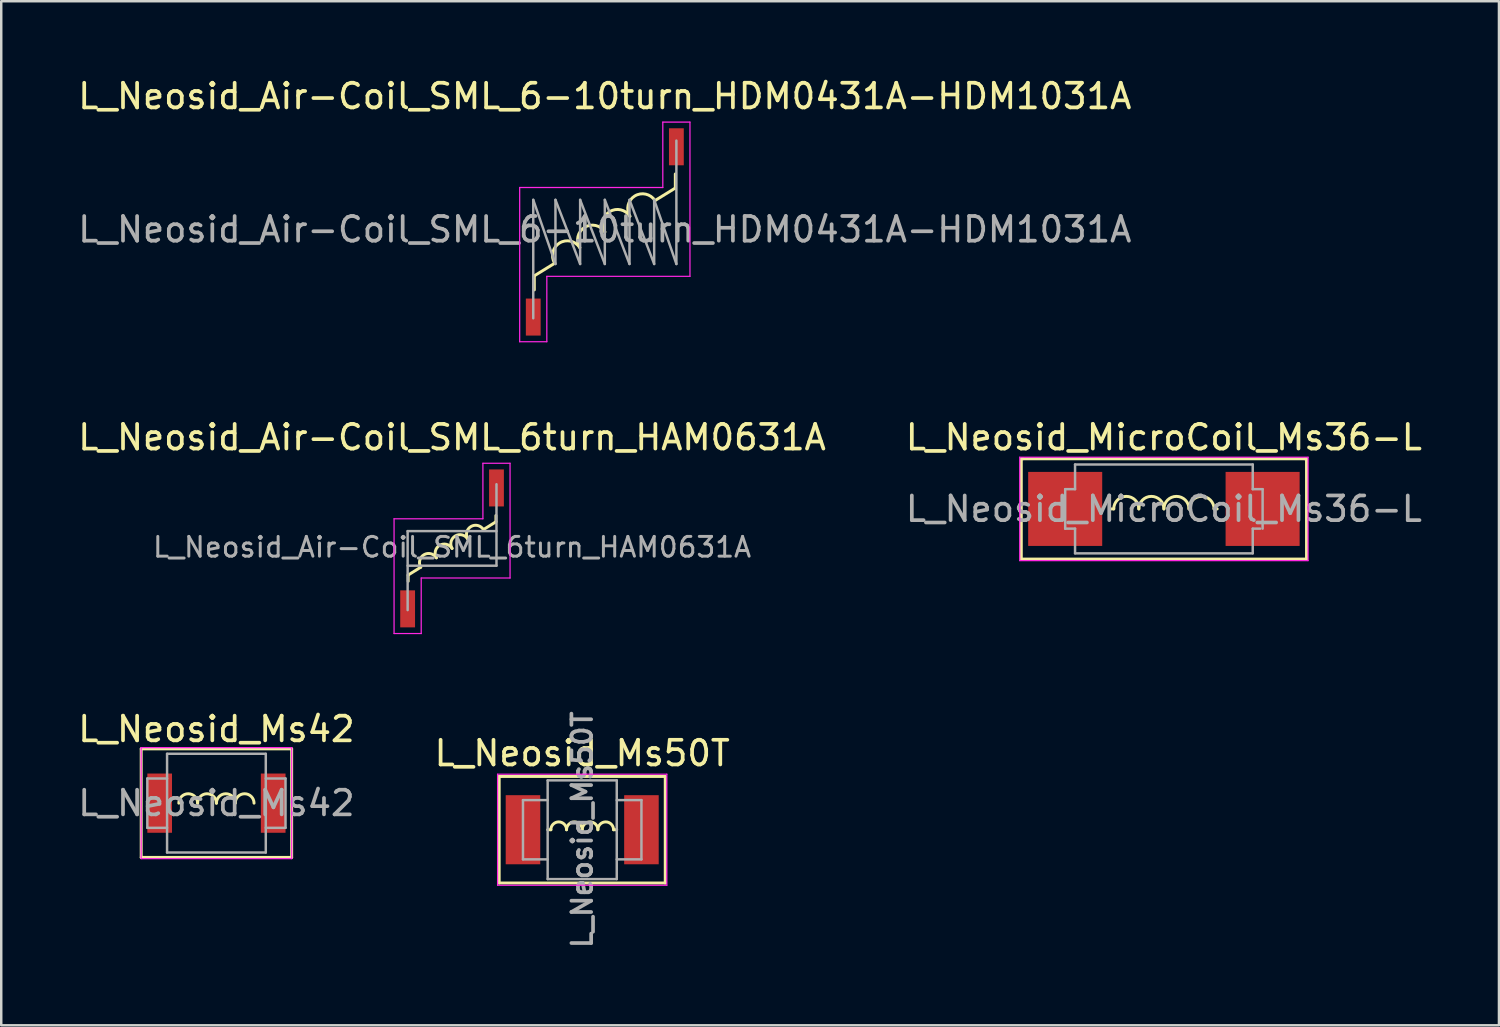
<source format=kicad_pcb>
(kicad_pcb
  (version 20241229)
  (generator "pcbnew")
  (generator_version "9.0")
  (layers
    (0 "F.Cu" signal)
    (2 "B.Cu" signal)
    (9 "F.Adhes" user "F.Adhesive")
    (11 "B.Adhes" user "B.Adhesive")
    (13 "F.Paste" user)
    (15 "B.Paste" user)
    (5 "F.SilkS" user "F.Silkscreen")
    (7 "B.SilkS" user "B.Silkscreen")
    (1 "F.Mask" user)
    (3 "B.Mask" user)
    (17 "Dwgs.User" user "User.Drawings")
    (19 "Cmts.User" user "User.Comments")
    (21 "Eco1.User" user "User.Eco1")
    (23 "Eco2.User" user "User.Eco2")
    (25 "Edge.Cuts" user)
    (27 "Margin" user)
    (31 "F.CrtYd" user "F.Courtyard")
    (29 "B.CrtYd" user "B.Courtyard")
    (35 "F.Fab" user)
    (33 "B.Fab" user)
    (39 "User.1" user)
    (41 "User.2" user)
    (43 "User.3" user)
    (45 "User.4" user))
  (footprint "L_Neosid_MicroCoil_Ms36-L"
    (layer "F.Cu")
    (at 44.113 17.572)
    (property "Reference" "L_Neosid_MicroCoil_Ms36-L" (at 0 -2.9 0) (layer "F.SilkS") (effects (font (size 1 1) (thickness 0.15))))
    (attr smd)
    (fp_line (start -5.779 -2.032) (end -5.715 -2.032) (stroke (width 0.12) (type solid)) (layer "F.SilkS"))
    (fp_line (start -5.779 2.032) (end -5.779 -2.032) (stroke (width 0.12) (type solid)) (layer "F.SilkS"))
    (fp_line (start -5.715 -2.032) (end 5.715 -2.032) (stroke (width 0.12) (type solid)) (layer "F.SilkS"))
    (fp_line (start -2.032 0) (end -2.159 0) (stroke (width 0.12) (type solid)) (layer "F.SilkS"))
    (fp_line (start 2.032 0) (end 2.159 0) (stroke (width 0.12) (type solid)) (layer "F.SilkS"))
    (fp_line (start 5.715 -2.032) (end 5.779 -2.032) (stroke (width 0.12) (type solid)) (layer "F.SilkS"))
    (fp_line (start 5.779 -2.032) (end 5.779 2.032) (stroke (width 0.12) (type solid)) (layer "F.SilkS"))
    (fp_line (start 5.779 2.032) (end -5.779 2.032) (stroke (width 0.12) (type solid)) (layer "F.SilkS"))
    (fp_arc (start -2.032 0) (mid -1.524 -0.508) (end -1.016 0) (stroke (width 0.12) (type solid)) (layer "F.SilkS"))
    (fp_arc (start -1.016 0) (mid -0.508 -0.508) (end 0 0) (stroke (width 0.12) (type solid)) (layer "F.SilkS"))
    (fp_arc (start 0 0) (mid 0.508 -0.508) (end 1.016 0) (stroke (width 0.12) (type solid)) (layer "F.SilkS"))
    (fp_arc (start 1.016 0) (mid 1.524 -0.508) (end 2.032 0) (stroke (width 0.12) (type solid)) (layer "F.SilkS"))
    (fp_line (start -5.842 -2.095) (end -5.842 2.095) (stroke (width 0.05) (type solid)) (layer "F.CrtYd"))
    (fp_line (start -5.842 -2.095) (end 5.842 -2.095) (stroke (width 0.05) (type solid)) (layer "F.CrtYd"))
    (fp_line (start 5.842 2.095) (end -5.842 2.095) (stroke (width 0.05) (type solid)) (layer "F.CrtYd"))
    (fp_line (start 5.842 2.095) (end 5.842 -2.095) (stroke (width 0.05) (type solid)) (layer "F.CrtYd"))
    (fp_line (start -4 -0.8) (end -3.6 -0.8) (stroke (width 0.1) (type solid)) (layer "F.Fab"))
    (fp_line (start -4 0.8) (end -4 -0.8) (stroke (width 0.1) (type solid)) (layer "F.Fab"))
    (fp_line (start -4 0.8) (end -3.6 0.8) (stroke (width 0.1) (type solid)) (layer "F.Fab"))
    (fp_line (start -3.6 -1.8) (end 3.6 -1.8) (stroke (width 0.1) (type solid)) (layer "F.Fab"))
    (fp_line (start -3.6 -0.8) (end -3.6 -1.8) (stroke (width 0.1) (type solid)) (layer "F.Fab"))
    (fp_line (start -3.6 1.8) (end -3.6 0.8) (stroke (width 0.1) (type solid)) (layer "F.Fab"))
    (fp_line (start 3.6 -0.8) (end 3.6 -1.8) (stroke (width 0.1) (type solid)) (layer "F.Fab"))
    (fp_line (start 3.6 0.8) (end 3.9 0.8) (stroke (width 0.1) (type solid)) (layer "F.Fab"))
    (fp_line (start 3.6 1.8) (end -3.6 1.8) (stroke (width 0.1) (type solid)) (layer "F.Fab"))
    (fp_line (start 3.6 1.8) (end 3.6 0.8) (stroke (width 0.1) (type solid)) (layer "F.Fab"))
    (fp_line (start 4 -0.8) (end 3.6 -0.8) (stroke (width 0.1) (type solid)) (layer "F.Fab"))
    (fp_line (start 4 -0.8) (end 4 0.8) (stroke (width 0.1) (type solid)) (layer "F.Fab"))
    (fp_text user "${REFERENCE}" (at 0 0 0) (layer "F.Fab") (effects (font (size 1 1) (thickness 0.15))))
    (pad "1" smd rect (at -4 0) (size 3 3) (layers "F.Cu" "F.Mask" "F.Paste"))
    (pad "2" smd rect (at 4 0) (size 3 3) (layers "F.Cu" "F.Mask" "F.Paste")))
  (footprint "L_Neosid_Ms42"
    (layer "F.Cu")
    (at 5.72 29.495)
    (property "Reference" "L_Neosid_Ms42" (at 0 -3 0) (layer "F.SilkS") (effects (font (size 1 1) (thickness 0.15))))
    (attr smd)
    (fp_line (start -3.048 -2.2) (end -3.048 2.2) (stroke (width 0.12) (type solid)) (layer "F.SilkS"))
    (fp_line (start 3.048 -2.2) (end -3.048 -2.2) (stroke (width 0.12) (type solid)) (layer "F.SilkS"))
    (fp_line (start 3.048 2.2) (end -3.048 2.2) (stroke (width 0.12) (type solid)) (layer "F.SilkS"))
    (fp_line (start 3.048 2.2) (end 3.048 -2.2) (stroke (width 0.12) (type solid)) (layer "F.SilkS"))
    (fp_arc (start -1.524 0) (mid -1.143 -0.381) (end -0.762 0) (stroke (width 0.12) (type solid)) (layer "F.SilkS"))
    (fp_arc (start -0.762 0) (mid -0.381 -0.381) (end 0 0) (stroke (width 0.12) (type solid)) (layer "F.SilkS"))
    (fp_arc (start 0 0) (mid 0.381 -0.381) (end 0.762 0) (stroke (width 0.12) (type solid)) (layer "F.SilkS"))
    (fp_arc (start 0.762 0) (mid 1.143 -0.381) (end 1.524 0) (stroke (width 0.12) (type solid)) (layer "F.SilkS"))
    (fp_line (start -3.05 -2.25) (end -3.05 2.25) (stroke (width 0.05) (type solid)) (layer "F.CrtYd"))
    (fp_line (start -3.05 -2.25) (end 3.05 -2.25) (stroke (width 0.05) (type solid)) (layer "F.CrtYd"))
    (fp_line (start 3.05 2.25) (end -3.05 2.25) (stroke (width 0.05) (type solid)) (layer "F.CrtYd"))
    (fp_line (start 3.05 2.25) (end 3.05 -2.25) (stroke (width 0.05) (type solid)) (layer "F.CrtYd"))
    (fp_line (start -2.8 -1) (end -2 -1) (stroke (width 0.1) (type solid)) (layer "F.Fab"))
    (fp_line (start -2.8 1) (end -2.8 -1) (stroke (width 0.1) (type solid)) (layer "F.Fab"))
    (fp_line (start -2 -2) (end 2 -2) (stroke (width 0.1) (type solid)) (layer "F.Fab"))
    (fp_line (start -2 1) (end -2.8 1) (stroke (width 0.1) (type solid)) (layer "F.Fab"))
    (fp_line (start -2 2) (end -2 -2) (stroke (width 0.1) (type solid)) (layer "F.Fab"))
    (fp_line (start 2 -2) (end 2 2) (stroke (width 0.1) (type solid)) (layer "F.Fab"))
    (fp_line (start 2 -1) (end 2.8 -1) (stroke (width 0.1) (type solid)) (layer "F.Fab"))
    (fp_line (start 2 2) (end -2 2) (stroke (width 0.1) (type solid)) (layer "F.Fab"))
    (fp_line (start 2.8 -1) (end 2.8 1) (stroke (width 0.1) (type solid)) (layer "F.Fab"))
    (fp_line (start 2.8 1) (end 2 1) (stroke (width 0.1) (type solid)) (layer "F.Fab"))
    (fp_text user "${REFERENCE}" (at 0 0 0) (layer "F.Fab") (effects (font (size 1 1) (thickness 0.15))))
    (pad "1" smd rect (at -2.3 0) (size 1 2.4) (layers "F.Cu" "F.Mask" "F.Paste"))
    (pad "2" smd rect (at 2.3 0) (size 1 2.4) (layers "F.Cu" "F.Mask" "F.Paste")))
  (footprint "L_Neosid_Air-Coil_SML_6-10turn_HDM0431A-HDM1031A"
    (layer "F.Cu")
    (at 21.458 6.348)
    (property "Reference" "L_Neosid_Air-Coil_SML_6-10turn_HDM0431A-HDM1031A" (at 0 -5.5 0) (layer "F.SilkS") (effects (font (size 1 1) (thickness 0.15))))
    (attr smd)
    (fp_line (start -2.857 1.778) (end -2.857 2.349) (stroke (width 0.12) (type solid)) (layer "F.SilkS"))
    (fp_line (start -2.857 1.778) (end -2.032 1.27) (stroke (width 0.12) (type solid)) (layer "F.SilkS"))
    (fp_line (start 2.857 -1.778) (end 2.032 -1.27) (stroke (width 0.12) (type solid)) (layer "F.SilkS"))
    (fp_line (start 2.857 -1.778) (end 2.857 -2.349) (stroke (width 0.12) (type solid)) (layer "F.SilkS"))
    (fp_arc (start -2.031998 1.269998) (mid -1.841498 0.4445) (end -1.016 0.635) (stroke (width 0.12) (type solid)) (layer "F.SilkS"))
    (fp_arc (start -1.015998 0.634998) (mid -0.825498 -0.1905) (end 0 0) (stroke (width 0.12) (type solid)) (layer "F.SilkS"))
    (fp_arc (start 0.000002 -0.000002) (mid 0.190502 -0.8255) (end 1.016 -0.635) (stroke (width 0.12) (type solid)) (layer "F.SilkS"))
    (fp_arc (start 1.016002 -0.635002) (mid 1.206502 -1.4605) (end 2.032 -1.27) (stroke (width 0.12) (type solid)) (layer "F.SilkS"))
    (fp_line (start -3.45 -1.8) (end -3.45 4.45) (stroke (width 0.05) (type solid)) (layer "F.CrtYd"))
    (fp_line (start -3.45 4.45) (end -2.35 4.45) (stroke (width 0.05) (type solid)) (layer "F.CrtYd"))
    (fp_line (start -2.35 1.8) (end 3.45 1.8) (stroke (width 0.05) (type solid)) (layer "F.CrtYd"))
    (fp_line (start -2.35 4.45) (end -2.35 1.8) (stroke (width 0.05) (type solid)) (layer "F.CrtYd"))
    (fp_line (start 2.35 -4.45) (end 2.35 -1.8) (stroke (width 0.05) (type solid)) (layer "F.CrtYd"))
    (fp_line (start 2.35 -1.8) (end -3.45 -1.8) (stroke (width 0.05) (type solid)) (layer "F.CrtYd"))
    (fp_line (start 3.45 -4.45) (end 2.35 -4.45) (stroke (width 0.05) (type solid)) (layer "F.CrtYd"))
    (fp_line (start 3.45 1.8) (end 3.45 -4.45) (stroke (width 0.05) (type solid)) (layer "F.CrtYd"))
    (fp_line (start -2.9 -1.3) (end -2 1.3) (stroke (width 0.1) (type solid)) (layer "F.Fab"))
    (fp_line (start -2.9 3.5) (end -2.9 -1.3) (stroke (width 0.1) (type solid)) (layer "F.Fab"))
    (fp_line (start -2 -1.3) (end -1 1.3) (stroke (width 0.1) (type solid)) (layer "F.Fab"))
    (fp_line (start -2 1.3) (end -2 -1.3) (stroke (width 0.1) (type solid)) (layer "F.Fab"))
    (fp_line (start -1 -1.3) (end 0 1.3) (stroke (width 0.1) (type solid)) (layer "F.Fab"))
    (fp_line (start -1 1.3) (end -1 -1.3) (stroke (width 0.1) (type solid)) (layer "F.Fab"))
    (fp_line (start 0 -1.3) (end 1 1.3) (stroke (width 0.1) (type solid)) (layer "F.Fab"))
    (fp_line (start 0 1.3) (end 0 -1.3) (stroke (width 0.1) (type solid)) (layer "F.Fab"))
    (fp_line (start 1 -1.3) (end 2 1.3) (stroke (width 0.1) (type solid)) (layer "F.Fab"))
    (fp_line (start 1 1.3) (end 1 -1.3) (stroke (width 0.1) (type solid)) (layer "F.Fab"))
    (fp_line (start 2 -1.3) (end 2.9 1.3) (stroke (width 0.1) (type solid)) (layer "F.Fab"))
    (fp_line (start 2 1.3) (end 2 -1.3) (stroke (width 0.1) (type solid)) (layer "F.Fab"))
    (fp_line (start 2.9 1.3) (end 2.9 -3.7) (stroke (width 0.1) (type solid)) (layer "F.Fab"))
    (fp_text user "${REFERENCE}" (at 0 -0.1 0) (layer "F.Fab") (effects (font (size 1 1) (thickness 0.15))))
    (pad "1" smd rect (at -2.9 3.45) (size 0.6 1.5) (layers "F.Cu" "F.Mask" "F.Paste"))
    (pad "2" smd rect (at 2.9 -3.45) (size 0.6 1.5) (layers "F.Cu" "F.Mask" "F.Paste")))
  (footprint "L_Neosid_Air-Coil_SML_6turn_HAM0631A"
    (layer "F.Cu")
    (at 15.268 19.172)
    (property "Reference" "L_Neosid_Air-Coil_SML_6turn_HAM0631A" (at 0 -4.5 0) (layer "F.SilkS") (effects (font (size 1 1) (thickness 0.15))))
    (attr smd)
    (fp_line (start -1.778 1.079) (end -1.778 1.333) (stroke (width 0.12) (type solid)) (layer "F.SilkS"))
    (fp_line (start -1.778 1.079) (end -1.27 0.762) (stroke (width 0.12) (type solid)) (layer "F.SilkS"))
    (fp_line (start 1.778 -1.079) (end 1.27 -0.762) (stroke (width 0.12) (type solid)) (layer "F.SilkS"))
    (fp_line (start 1.778 -1.079) (end 1.778 -1.333) (stroke (width 0.12) (type solid)) (layer "F.SilkS"))
    (fp_arc (start -1.269998 0.761998) (mid -1.142998 0.254) (end -0.635 0.381) (stroke (width 0.12) (type solid)) (layer "F.SilkS"))
    (fp_arc (start -0.634998 0.380998) (mid -0.507998 -0.127) (end 0 0) (stroke (width 0.12) (type solid)) (layer "F.SilkS"))
    (fp_arc (start 0.000002 -0.000002) (mid 0.127002 -0.508) (end 0.635 -0.381) (stroke (width 0.12) (type solid)) (layer "F.SilkS"))
    (fp_arc (start 0.635002 -0.381002) (mid 0.762002 -0.889) (end 1.27 -0.762) (stroke (width 0.12) (type solid)) (layer "F.SilkS"))
    (fp_line (start -2.35 -1.2) (end -2.35 3.45) (stroke (width 0.05) (type solid)) (layer "F.CrtYd"))
    (fp_line (start -2.35 3.45) (end -1.25 3.45) (stroke (width 0.05) (type solid)) (layer "F.CrtYd"))
    (fp_line (start -1.25 1.2) (end 2.35 1.2) (stroke (width 0.05) (type solid)) (layer "F.CrtYd"))
    (fp_line (start -1.25 3.45) (end -1.25 1.2) (stroke (width 0.05) (type solid)) (layer "F.CrtYd"))
    (fp_line (start 1.25 -3.45) (end 1.25 -1.2) (stroke (width 0.05) (type solid)) (layer "F.CrtYd"))
    (fp_line (start 1.25 -1.2) (end -2.35 -1.2) (stroke (width 0.05) (type solid)) (layer "F.CrtYd"))
    (fp_line (start 2.35 -3.45) (end 1.25 -3.45) (stroke (width 0.05) (type solid)) (layer "F.CrtYd"))
    (fp_line (start 2.35 1.2) (end 2.35 -3.45) (stroke (width 0.05) (type solid)) (layer "F.CrtYd"))
    (fp_line (start -1.8 -0.7) (end 1.8 -0.7) (stroke (width 0.1) (type solid)) (layer "F.Fab"))
    (fp_line (start -1.8 0.7) (end 1.8 0.7) (stroke (width 0.1) (type solid)) (layer "F.Fab"))
    (fp_line (start -1.8 2.5) (end -1.8 -0.7) (stroke (width 0.1) (type solid)) (layer "F.Fab"))
    (fp_line (start 1.8 0.7) (end 1.8 -2.6) (stroke (width 0.1) (type solid)) (layer "F.Fab"))
    (fp_text user "${REFERENCE}" (at 0 -0.05 0) (layer "F.Fab") (effects (font (size 0.8 0.8) (thickness 0.12))))
    (pad "1" smd rect (at -1.8 2.45) (size 0.6 1.5) (layers "F.Cu" "F.Mask" "F.Paste"))
    (pad "2" smd rect (at 1.8 -2.45) (size 0.6 1.5) (layers "F.Cu" "F.Mask" "F.Paste")))
  (footprint "L_Neosid_Ms50T"
    (layer "F.Cu")
    (at 20.542 30.572)
    (property "Reference" "L_Neosid_Ms50T" (at 0 -3.1 0) (layer "F.SilkS") (effects (font (size 1 1) (thickness 0.15))))
    (attr smd)
    (fp_line (start -3.365 -2.159) (end -3.302 -2.159) (stroke (width 0.12) (type solid)) (layer "F.SilkS"))
    (fp_line (start -3.365 2.159) (end -3.365 -2.159) (stroke (width 0.12) (type solid)) (layer "F.SilkS"))
    (fp_line (start -3.302 -2.159) (end 3.365 -2.159) (stroke (width 0.12) (type solid)) (layer "F.SilkS"))
    (fp_line (start -1.27 0) (end -1.397 0) (stroke (width 0.12) (type solid)) (layer "F.SilkS"))
    (fp_line (start 1.27 0) (end 1.397 0) (stroke (width 0.12) (type solid)) (layer "F.SilkS"))
    (fp_line (start 3.365 -2.159) (end 3.365 2.159) (stroke (width 0.12) (type solid)) (layer "F.SilkS"))
    (fp_line (start 3.365 2.159) (end -3.365 2.159) (stroke (width 0.12) (type solid)) (layer "F.SilkS"))
    (fp_arc (start -1.27 0) (mid -0.9525 -0.3175) (end -0.635 0) (stroke (width 0.12) (type solid)) (layer "F.SilkS"))
    (fp_arc (start -0.635 0) (mid -0.3175 -0.3175) (end 0 0) (stroke (width 0.12) (type solid)) (layer "F.SilkS"))
    (fp_arc (start 0 0) (mid 0.3175 -0.3175) (end 0.635 0) (stroke (width 0.12) (type solid)) (layer "F.SilkS"))
    (fp_arc (start 0.635 0) (mid 0.9525 -0.3175) (end 1.27 0) (stroke (width 0.12) (type solid)) (layer "F.SilkS"))
    (fp_line (start -3.429 -2.25) (end -3.429 2.25) (stroke (width 0.05) (type solid)) (layer "F.CrtYd"))
    (fp_line (start -3.429 -2.25) (end 3.429 -2.25) (stroke (width 0.05) (type solid)) (layer "F.CrtYd"))
    (fp_line (start 3.429 2.25) (end -3.429 2.25) (stroke (width 0.05) (type solid)) (layer "F.CrtYd"))
    (fp_line (start 3.429 2.25) (end 3.429 -2.25) (stroke (width 0.05) (type solid)) (layer "F.CrtYd"))
    (fp_line (start -2.4 -1.2) (end -2.4 1.2) (stroke (width 0.1) (type solid)) (layer "F.Fab"))
    (fp_line (start -2.4 -1.2) (end -1.4 -1.2) (stroke (width 0.1) (type solid)) (layer "F.Fab"))
    (fp_line (start -2.4 1.2) (end -1.4 1.2) (stroke (width 0.1) (type solid)) (layer "F.Fab"))
    (fp_line (start -1.4 -2) (end -1.4 2) (stroke (width 0.1) (type solid)) (layer "F.Fab"))
    (fp_line (start -1.4 2) (end 1.4 2) (stroke (width 0.1) (type solid)) (layer "F.Fab"))
    (fp_line (start 1.4 -2) (end -1.4 -2) (stroke (width 0.1) (type solid)) (layer "F.Fab"))
    (fp_line (start 1.4 1.2) (end 2.4 1.2) (stroke (width 0.1) (type solid)) (layer "F.Fab"))
    (fp_line (start 1.4 2) (end 1.4 -2) (stroke (width 0.1) (type solid)) (layer "F.Fab"))
    (fp_line (start 2.4 -1.2) (end 1.4 -1.2) (stroke (width 0.1) (type solid)) (layer "F.Fab"))
    (fp_line (start 2.4 1.2) (end 2.4 -1.2) (stroke (width 0.1) (type solid)) (layer "F.Fab"))
    (fp_text user "${REFERENCE}" (at 0 0 90) (layer "F.Fab") (effects (font (size 0.8 0.8) (thickness 0.15))))
    (pad "1" smd rect (at -2.4 0) (size 1.4 2.8) (layers "F.Cu" "F.Mask" "F.Paste"))
    (pad "2" smd rect (at 2.4 0) (size 1.4 2.8) (layers "F.Cu" "F.Mask" "F.Paste")))
  (gr_rect
    (start -3 -3)
    (end 57.69 38.498)
    (stroke (width 0.1) (type default))
    (fill no)
    (layer "Edge.Cuts")))
</source>
